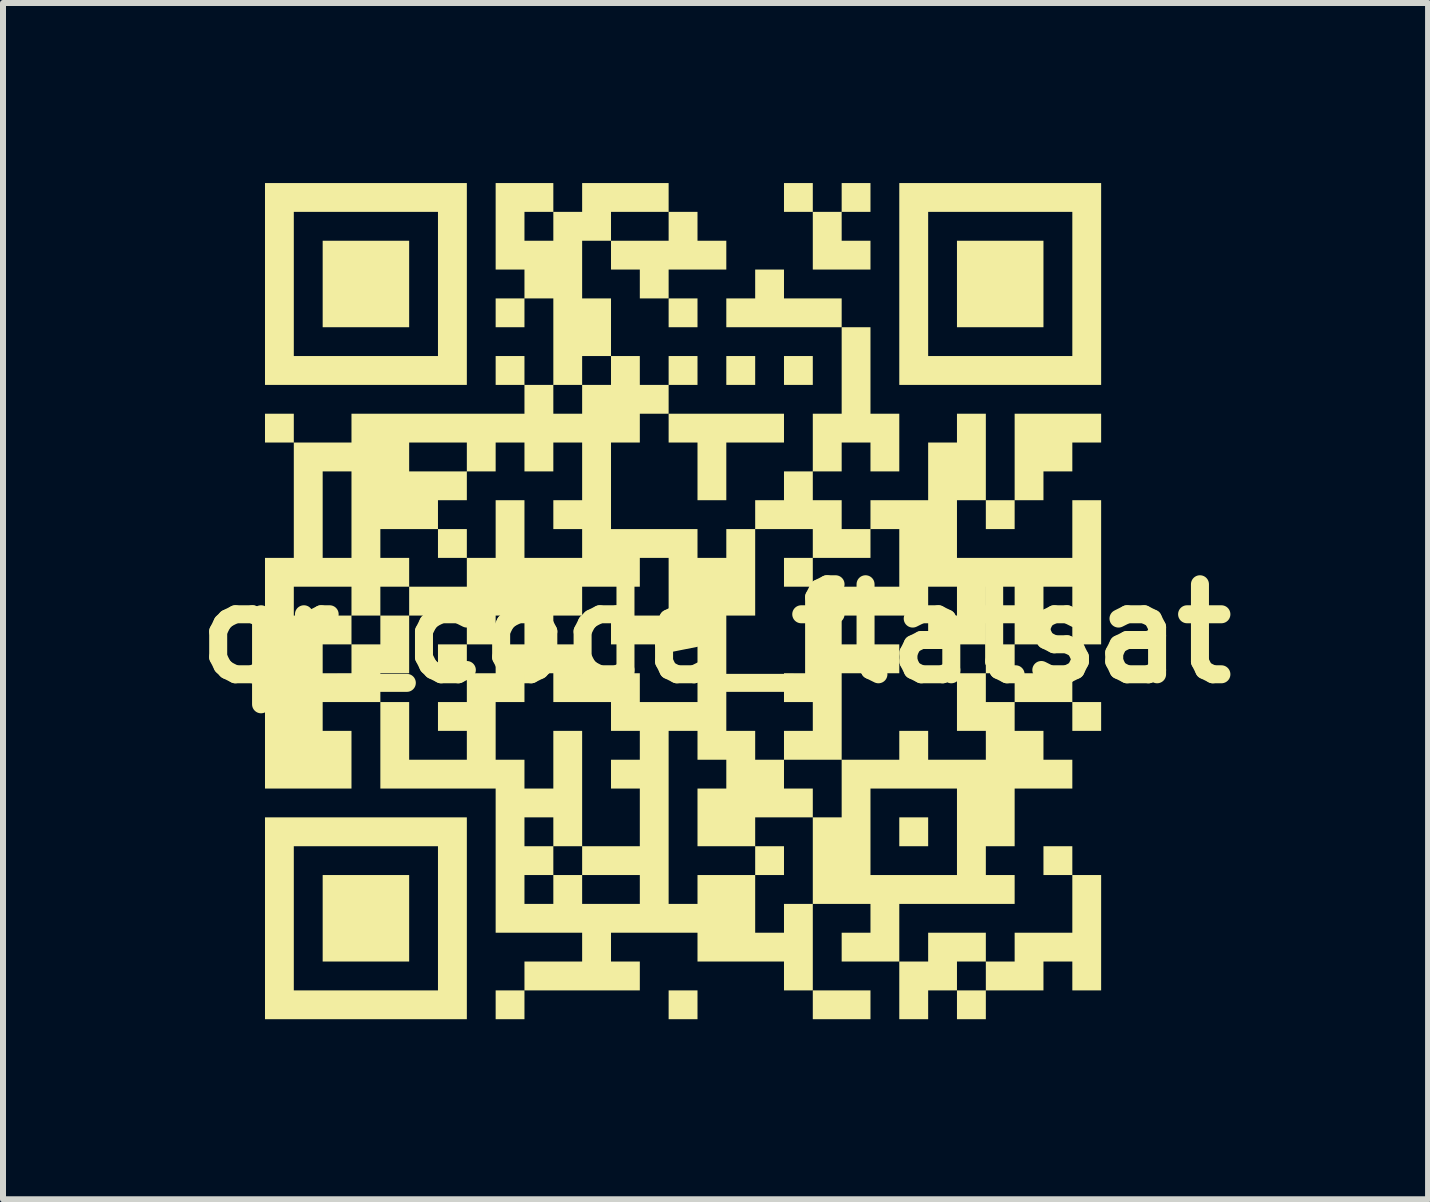
<source format=kicad_pcb>
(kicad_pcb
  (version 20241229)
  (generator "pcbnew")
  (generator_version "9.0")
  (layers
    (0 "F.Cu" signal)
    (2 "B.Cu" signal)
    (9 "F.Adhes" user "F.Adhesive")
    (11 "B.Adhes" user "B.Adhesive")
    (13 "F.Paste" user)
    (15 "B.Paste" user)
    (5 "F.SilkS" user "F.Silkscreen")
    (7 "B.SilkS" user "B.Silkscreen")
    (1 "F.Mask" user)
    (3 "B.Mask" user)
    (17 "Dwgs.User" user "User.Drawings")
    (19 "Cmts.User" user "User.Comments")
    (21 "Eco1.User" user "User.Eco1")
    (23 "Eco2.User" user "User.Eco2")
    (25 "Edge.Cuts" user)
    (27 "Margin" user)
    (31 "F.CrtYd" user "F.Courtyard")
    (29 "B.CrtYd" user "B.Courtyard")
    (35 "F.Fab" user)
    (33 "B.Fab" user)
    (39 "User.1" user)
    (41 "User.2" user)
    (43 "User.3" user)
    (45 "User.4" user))
  (footprint "qr_code_flatsat"
    (layer "F.Cu")
    (at 8.871 7.506)
    (property "Reference" "qr_code_flatsat" (at 0 0 0) (layer "F.SilkS") (effects (font (size 1.5 1.5) (thickness 0.3))))
    (attr board_only exclude_from_pos_files exclude_from_bom)
    (fp_poly (pts (xy -5.104 -5.825) (xy -5.104 -5.104) (xy -5.825 -5.104) (xy -6.545 -5.104) (xy -6.545 -5.825) (xy -6.545 -6.545) (xy -5.825 -6.545) (xy -5.104 -6.545)) (stroke (width 0) (type solid)) (fill yes) (layer "F.SilkS"))
    (fp_poly (pts (xy -5.104 4.744) (xy -5.104 5.464) (xy -5.825 5.464) (xy -6.545 5.464) (xy -6.545 4.744) (xy -6.545 4.023) (xy -5.825 4.023) (xy -5.104 4.023)) (stroke (width 0) (type solid)) (fill yes) (layer "F.SilkS"))
    (fp_poly (pts (xy -4.143 -1.501) (xy -4.143 -1.261) (xy -4.383 -1.261) (xy -4.624 -1.261) (xy -4.624 -1.501) (xy -4.624 -1.741) (xy -4.383 -1.741) (xy -4.143 -1.741)) (stroke (width 0) (type solid)) (fill yes) (layer "F.SilkS"))
    (fp_poly (pts (xy -4.143 0.42) (xy -4.143 0.661) (xy -4.383 0.661) (xy -4.624 0.661) (xy -4.624 0.42) (xy -4.624 0.18) (xy -4.383 0.18) (xy -4.143 0.18)) (stroke (width 0) (type solid)) (fill yes) (layer "F.SilkS"))
    (fp_poly (pts (xy -0.3 -5.344) (xy -0.3 -5.104) (xy -0.54 -5.104) (xy -0.781 -5.104) (xy -0.781 -5.344) (xy -0.781 -5.584) (xy -0.54 -5.584) (xy -0.3 -5.584)) (stroke (width 0) (type solid)) (fill yes) (layer "F.SilkS"))
    (fp_poly (pts (xy -0.3 6.185) (xy -0.3 6.425) (xy -0.54 6.425) (xy -0.781 6.425) (xy -0.781 6.185) (xy -0.781 5.945) (xy -0.54 5.945) (xy -0.3 5.945)) (stroke (width 0) (type solid)) (fill yes) (layer "F.SilkS"))
    (fp_poly (pts (xy 0.661 -4.383) (xy 0.661 -4.143) (xy 0.42 -4.143) (xy 0.18 -4.143) (xy 0.18 -4.383) (xy 0.18 -4.624) (xy 0.42 -4.624) (xy 0.661 -4.624)) (stroke (width 0) (type solid)) (fill yes) (layer "F.SilkS"))
    (fp_poly (pts (xy 1.141 3.783) (xy 1.141 4.023) (xy 0.901 4.023) (xy 0.661 4.023) (xy 0.661 3.783) (xy 0.661 3.543) (xy 0.901 3.543) (xy 1.141 3.543)) (stroke (width 0) (type solid)) (fill yes) (layer "F.SilkS"))
    (fp_poly (pts (xy 1.621 -4.383) (xy 1.621 -4.143) (xy 1.381 -4.143) (xy 1.141 -4.143) (xy 1.141 -4.383) (xy 1.141 -4.624) (xy 1.381 -4.624) (xy 1.621 -4.624)) (stroke (width 0) (type solid)) (fill yes) (layer "F.SilkS"))
    (fp_poly (pts (xy 1.621 -1.021) (xy 1.621 -0.781) (xy 1.381 -0.781) (xy 1.141 -0.781) (xy 1.141 -1.021) (xy 1.141 -1.261) (xy 1.381 -1.261) (xy 1.621 -1.261)) (stroke (width 0) (type solid)) (fill yes) (layer "F.SilkS"))
    (fp_poly (pts (xy 2.582 6.185) (xy 2.582 6.425) (xy 2.102 6.425) (xy 1.621 6.425) (xy 1.621 6.185) (xy 1.621 5.945) (xy 2.102 5.945) (xy 2.582 5.945)) (stroke (width 0) (type solid)) (fill yes) (layer "F.SilkS"))
    (fp_poly (pts (xy 3.543 3.303) (xy 3.543 3.543) (xy 3.303 3.543) (xy 3.062 3.543) (xy 3.062 3.303) (xy 3.062 3.062) (xy 3.303 3.062) (xy 3.543 3.062)) (stroke (width 0) (type solid)) (fill yes) (layer "F.SilkS"))
    (fp_poly (pts (xy 5.464 -5.825) (xy 5.464 -5.104) (xy 4.744 -5.104) (xy 4.023 -5.104) (xy 4.023 -5.825) (xy 4.023 -6.545) (xy 4.744 -6.545) (xy 5.464 -6.545)) (stroke (width 0) (type solid)) (fill yes) (layer "F.SilkS"))
    (fp_poly (pts (xy 5.945 3.783) (xy 5.945 4.023) (xy 5.704 4.023) (xy 5.464 4.023) (xy 5.464 3.783) (xy 5.464 3.543) (xy 5.704 3.543) (xy 5.945 3.543)) (stroke (width 0) (type solid)) (fill yes) (layer "F.SilkS"))
    (fp_poly (pts (xy 6.425 1.381) (xy 6.425 1.621) (xy 6.185 1.621) (xy 5.945 1.621) (xy 5.945 1.381) (xy 5.945 1.141) (xy 6.185 1.141) (xy 6.425 1.141)) (stroke (width 0) (type solid)) (fill yes) (layer "F.SilkS"))
    (fp_poly (pts (xy 1.141 -5.825) (xy 1.141 -5.584) (xy 1.621 -5.584) (xy 2.102 -5.584) (xy 2.102 -5.344) (xy 2.102 -5.104) (xy 1.141 -5.104) (xy 0.18 -5.104) (xy 0.18 -5.344) (xy 0.18 -5.584) (xy 0.42 -5.584) (xy 0.661 -5.584) (xy 0.661 -5.825) (xy 0.661 -6.065) (xy 0.901 -6.065) (xy 1.141 -6.065)) (stroke (width 0) (type solid)) (fill yes) (layer "F.SilkS"))
    (fp_poly (pts (xy 1.141 -3.423) (xy 1.141 -3.183) (xy 0.661 -3.183) (xy 0.18 -3.183) (xy 0.18 -2.702) (xy 0.18 -2.222) (xy -0.06 -2.222) (xy -0.3 -2.222) (xy -0.3 -2.702) (xy -0.3 -3.183) (xy -0.54 -3.183) (xy -0.781 -3.183) (xy -0.781 -3.423) (xy -0.781 -3.663) (xy 0.18 -3.663) (xy 1.141 -3.663)) (stroke (width 0) (type solid)) (fill yes) (layer "F.SilkS"))
    (fp_poly (pts (xy -4.143 -5.825) (xy -4.143 -4.143) (xy -5.825 -4.143) (xy -7.506 -4.143) (xy -7.506 -5.825) (xy -7.026 -5.825) (xy -7.026 -4.624) (xy -5.825 -4.624) (xy -4.624 -4.624) (xy -4.624 -5.825) (xy -4.624 -7.026) (xy -5.825 -7.026) (xy -7.026 -7.026) (xy -7.026 -5.825) (xy -7.506 -5.825) (xy -7.506 -7.506) (xy -5.825 -7.506) (xy -4.143 -7.506)) (stroke (width 0) (type solid)) (fill yes) (layer "F.SilkS"))
    (fp_poly (pts (xy -4.143 4.744) (xy -4.143 6.425) (xy -5.825 6.425) (xy -7.506 6.425) (xy -7.506 4.744) (xy -7.026 4.744) (xy -7.026 5.945) (xy -5.825 5.945) (xy -4.624 5.945) (xy -4.624 4.744) (xy -4.624 3.543) (xy -5.825 3.543) (xy -7.026 3.543) (xy -7.026 4.744) (xy -7.506 4.744) (xy -7.506 3.062) (xy -5.825 3.062) (xy -4.143 3.062)) (stroke (width 0) (type solid)) (fill yes) (layer "F.SilkS"))
    (fp_poly (pts (xy 6.425 -5.825) (xy 6.425 -4.143) (xy 4.744 -4.143) (xy 3.062 -4.143) (xy 3.062 -5.825) (xy 3.543 -5.825) (xy 3.543 -4.624) (xy 4.744 -4.624) (xy 5.945 -4.624) (xy 5.945 -5.825) (xy 5.945 -7.026) (xy 4.744 -7.026) (xy 3.543 -7.026) (xy 3.543 -5.825) (xy 3.062 -5.825) (xy 3.062 -7.506) (xy 4.744 -7.506) (xy 6.425 -7.506)) (stroke (width 0) (type solid)) (fill yes) (layer "F.SilkS"))
    (fp_poly (pts (xy 1.621 -7.266) (xy 1.621 -7.026) (xy 1.861 -7.026) (xy 2.102 -7.026) (xy 2.102 -7.266) (xy 2.102 -7.506) (xy 2.342 -7.506) (xy 2.582 -7.506) (xy 2.582 -7.266) (xy 2.582 -7.026) (xy 2.342 -7.026) (xy 2.102 -7.026) (xy 2.102 -6.785) (xy 2.102 -6.545) (xy 2.342 -6.545) (xy 2.582 -6.545) (xy 2.582 -6.305) (xy 2.582 -6.065) (xy 2.102 -6.065) (xy 1.621 -6.065) (xy 1.621 -6.545) (xy 1.621 -7.026) (xy 1.381 -7.026) (xy 1.141 -7.026) (xy 1.141 -7.266) (xy 1.141 -7.506) (xy 1.381 -7.506) (xy 1.621 -7.506)) (stroke (width 0) (type solid)) (fill yes) (layer "F.SilkS"))
    (fp_poly (pts (xy -2.702 -7.266) (xy -2.702 -7.026) (xy -2.462 -7.026) (xy -2.222 -7.026) (xy -2.222 -7.266) (xy -2.222 -7.506) (xy -1.501 -7.506) (xy -0.781 -7.506) (xy -0.781 -7.266) (xy -0.781 -7.026) (xy -1.261 -7.026) (xy -1.741 -7.026) (xy -1.741 -6.785) (xy -1.741 -6.545) (xy -1.261 -6.545) (xy -0.781 -6.545) (xy -0.781 -6.785) (xy -0.781 -7.026) (xy -0.54 -7.026) (xy -0.3 -7.026) (xy -0.3 -6.785) (xy -0.3 -6.545) (xy -0.06 -6.545) (xy 0.18 -6.545) (xy 0.18 -6.305) (xy 0.18 -6.065) (xy -0.3 -6.065) (xy -0.781 -6.065) (xy -0.781 -5.825) (xy -0.781 -5.584) (xy -1.021 -5.584) (xy -1.261 -5.584) (xy -1.261 -5.825) (xy -1.261 -6.065) (xy -1.501 -6.065) (xy -1.741 -6.065) (xy -1.741 -6.305) (xy -1.741 -6.545) (xy -1.982 -6.545) (xy -2.222 -6.545) (xy -2.222 -6.065) (xy -2.222 -5.584) (xy -1.982 -5.584) (xy -1.741 -5.584) (xy -1.741 -5.104) (xy -1.741 -4.624) (xy -1.982 -4.624) (xy -2.222 -4.624) (xy -2.222 -4.383) (xy -2.222 -4.143) (xy -2.462 -4.143) (xy -2.702 -4.143) (xy -2.702 -3.903) (xy -2.702 -3.663) (xy -2.462 -3.663) (xy -2.222 -3.663) (xy -2.222 -3.903) (xy -2.222 -4.143) (xy -1.982 -4.143) (xy -1.741 -4.143) (xy -1.741 -4.383) (xy -1.741 -4.624) (xy -1.501 -4.624) (xy -1.261 -4.624) (xy -1.261 -4.383) (xy -1.261 -4.143) (xy -1.021 -4.143) (xy -0.781 -4.143) (xy -0.781 -4.383) (xy -0.781 -4.624) (xy -0.54 -4.624) (xy -0.3 -4.624) (xy -0.3 -4.383) (xy -0.3 -4.143) (xy -0.54 -4.143) (xy -0.781 -4.143) (xy -0.781 -3.903) (xy -0.781 -3.663) (xy -1.021 -3.663) (xy -1.261 -3.663) (xy -1.261 -3.423) (xy -1.261 -3.183) (xy -1.501 -3.183) (xy -1.741 -3.183) (xy -1.741 -2.462) (xy -1.741 -1.741) (xy -1.021 -1.741) (xy -0.3 -1.741) (xy -0.3 -1.501) (xy -0.3 -1.261) (xy -0.06 -1.261) (xy 0.18 -1.261) (xy 0.18 -1.501) (xy 0.18 -1.741) (xy 0.42 -1.741) (xy 0.661 -1.741) (xy 0.661 -1.982) (xy 0.661 -2.222) (xy 0.901 -2.222) (xy 1.141 -2.222) (xy 1.141 -2.462) (xy 1.141 -2.702) (xy 1.381 -2.702) (xy 1.621 -2.702) (xy 1.621 -3.183) (xy 1.621 -3.663) (xy 1.861 -3.663) (xy 2.102 -3.663) (xy 2.102 -4.383) (xy 2.102 -5.104) (xy 2.342 -5.104) (xy 2.582 -5.104) (xy 2.582 -4.383) (xy 2.582 -3.663) (xy 2.822 -3.663) (xy 3.062 -3.663) (xy 3.062 -3.183) (xy 3.062 -2.702) (xy 2.822 -2.702) (xy 2.582 -2.702) (xy 2.582 -2.942) (xy 2.582 -3.183) (xy 2.342 -3.183) (xy 2.102 -3.183) (xy 2.102 -2.942) (xy 2.102 -2.702) (xy 1.861 -2.702) (xy 1.621 -2.702) (xy 1.621 -2.462) (xy 1.621 -2.222) (xy 1.861 -2.222) (xy 2.102 -2.222) (xy 2.102 -1.982) (xy 2.102 -1.741) (xy 2.342 -1.741) (xy 2.582 -1.741) (xy 2.582 -1.982) (xy 2.582 -2.222) (xy 3.062 -2.222) (xy 3.543 -2.222) (xy 3.543 -2.702) (xy 3.543 -3.183) (xy 3.783 -3.183) (xy 4.023 -3.183) (xy 4.023 -3.423) (xy 4.023 -3.663) (xy 4.263 -3.663) (xy 4.504 -3.663) (xy 4.504 -2.942) (xy 4.504 -2.222) (xy 4.744 -2.222) (xy 4.984 -2.222) (xy 4.984 -2.942) (xy 4.984 -3.663) (xy 5.704 -3.663) (xy 6.425 -3.663) (xy 6.425 -3.423) (xy 6.425 -3.183) (xy 6.185 -3.183) (xy 5.945 -3.183) (xy 5.945 -2.942) (xy 5.945 -2.702) (xy 5.704 -2.702) (xy 5.464 -2.702) (xy 5.464 -2.462) (xy 5.464 -2.222) (xy 5.224 -2.222) (xy 4.984 -2.222) (xy 4.984 -1.982) (xy 4.984 -1.741) (xy 4.744 -1.741) (xy 4.504 -1.741) (xy 4.504 -1.982) (xy 4.504 -2.222) (xy 4.263 -2.222) (xy 4.023 -2.222) (xy 4.023 -1.741) (xy 4.023 -1.261) (xy 4.984 -1.261) (xy 5.945 -1.261) (xy 5.945 -1.741) (xy 5.945 -2.222) (xy 6.185 -2.222) (xy 6.425 -2.222) (xy 6.425 -1.021) (xy 6.425 0.18) (xy 6.185 0.18) (xy 5.945 0.18) (xy 5.945 -0.3) (xy 5.945 -0.781) (xy 5.704 -0.781) (xy 5.464 -0.781) (xy 5.464 -0.3) (xy 5.464 0.18) (xy 5.224 0.18) (xy 4.984 0.18) (xy 4.984 0.42) (xy 4.984 0.661) (xy 4.744 0.661) (xy 4.504 0.661) (xy 4.504 0.901) (xy 4.504 1.141) (xy 4.744 1.141) (xy 4.984 1.141) (xy 4.984 0.901) (xy 4.984 0.661) (xy 5.464 0.661) (xy 5.945 0.661) (xy 5.945 0.901) (xy 5.945 1.141) (xy 5.464 1.141) (xy 4.984 1.141) (xy 4.984 1.381) (xy 4.984 1.621) (xy 5.224 1.621) (xy 5.464 1.621) (xy 5.464 1.861) (xy 5.464 2.102) (xy 5.704 2.102) (xy 5.945 2.102) (xy 5.945 2.342) (xy 5.945 2.582) (xy 5.464 2.582) (xy 4.984 2.582) (xy 4.984 3.062) (xy 4.984 3.543) (xy 4.744 3.543) (xy 4.504 3.543) (xy 4.504 3.783) (xy 4.504 4.023) (xy 4.744 4.023) (xy 4.984 4.023) (xy 4.984 4.263) (xy 4.984 4.504) (xy 4.023 4.504) (xy 3.062 4.504) (xy 3.062 4.984) (xy 3.062 5.464) (xy 3.303 5.464) (xy 3.543 5.464) (xy 3.543 5.224) (xy 3.543 4.984) (xy 4.023 4.984) (xy 4.504 4.984) (xy 4.504 5.224) (xy 4.504 5.464) (xy 4.744 5.464) (xy 4.984 5.464) (xy 4.984 5.224) (xy 4.984 4.984) (xy 5.464 4.984) (xy 5.945 4.984) (xy 5.945 4.504) (xy 5.945 4.023) (xy 6.185 4.023) (xy 6.425 4.023) (xy 6.425 4.984) (xy 6.425 5.945) (xy 6.185 5.945) (xy 5.945 5.945) (xy 5.945 5.704) (xy 5.945 5.464) (xy 5.704 5.464) (xy 5.464 5.464) (xy 5.464 5.704) (xy 5.464 5.945) (xy 4.984 5.945) (xy 4.504 5.945) (xy 4.504 6.185) (xy 4.504 6.425) (xy 4.263 6.425) (xy 4.023 6.425) (xy 4.023 6.185) (xy 4.023 5.945) (xy 3.783 5.945) (xy 3.543 5.945) (xy 3.543 6.185) (xy 3.543 6.425) (xy 3.303 6.425) (xy 3.062 6.425) (xy 3.062 5.945) (xy 3.062 5.704) (xy 4.023 5.704) (xy 4.023 5.945) (xy 4.263 5.945) (xy 4.504 5.945) (xy 4.504 5.704) (xy 4.504 5.464) (xy 4.263 5.464) (xy 4.023 5.464) (xy 4.023 5.704) (xy 3.062 5.704) (xy 3.062 5.464) (xy 2.582 5.464) (xy 2.102 5.464) (xy 2.102 5.224) (xy 2.102 4.984) (xy 2.342 4.984) (xy 2.582 4.984) (xy 2.582 4.744) (xy 2.582 4.504) (xy 2.102 4.504) (xy 1.621 4.504) (xy 1.621 5.224) (xy 1.621 5.945) (xy 1.381 5.945) (xy 1.141 5.945) (xy 1.141 5.704) (xy 1.141 5.464) (xy 0.42 5.464) (xy -0.3 5.464) (xy -0.3 5.224) (xy -0.3 4.984) (xy -1.021 4.984) (xy -1.741 4.984) (xy -1.741 5.224) (xy -1.741 5.464) (xy -1.501 5.464) (xy -1.261 5.464) (xy -1.261 5.704) (xy -1.261 5.945) (xy -2.222 5.945) (xy -3.183 5.945) (xy -3.183 6.185) (xy -3.183 6.425) (xy -3.423 6.425) (xy -3.663 6.425) (xy -3.663 6.185) (xy -3.663 5.945) (xy -3.423 5.945) (xy -3.183 5.945) (xy -3.183 5.704) (xy -3.183 5.464) (xy -2.702 5.464) (xy -2.222 5.464) (xy -2.222 5.224) (xy -2.222 4.984) (xy -2.942 4.984) (xy -3.663 4.984) (xy -3.663 3.783) (xy -3.663 2.582) (xy -4.624 2.582) (xy -5.584 2.582) (xy -5.584 1.861) (xy -5.584 1.141) (xy -5.344 1.141) (xy -5.104 1.141) (xy -5.104 1.621) (xy -5.104 2.102) (xy -4.624 2.102) (xy -4.143 2.102) (xy -4.143 1.861) (xy -4.143 1.621) (xy -4.383 1.621) (xy -4.624 1.621) (xy -4.624 1.381) (xy -4.624 1.141) (xy -4.383 1.141) (xy -4.143 1.141) (xy -3.663 1.141) (xy -3.663 1.621) (xy -3.663 2.102) (xy -3.423 2.102) (xy -3.183 2.102) (xy -3.183 2.342) (xy -3.183 2.582) (xy -2.942 2.582) (xy -2.702 2.582) (xy -2.702 2.102) (xy -2.702 1.621) (xy -2.462 1.621) (xy -2.222 1.621) (xy -2.222 2.582) (xy -2.222 3.543) (xy -2.462 3.543) (xy -2.702 3.543) (xy -2.702 3.303) (xy -2.702 3.062) (xy -2.942 3.062) (xy -3.183 3.062) (xy -3.183 3.303) (xy -3.183 3.543) (xy -2.942 3.543) (xy -2.702 3.543) (xy -2.702 3.783) (xy -2.702 4.023) (xy -2.942 4.023) (xy -3.183 4.023) (xy -3.183 4.263) (xy -3.183 4.504) (xy -2.942 4.504) (xy -2.702 4.504) (xy -2.702 4.263) (xy -2.222 4.263) (xy -2.222 4.504) (xy -1.741 4.504) (xy -1.261 4.504) (xy -1.261 4.263) (xy -1.261 4.023) (xy -1.741 4.023) (xy -2.222 4.023) (xy -2.222 4.263) (xy -2.702 4.263) (xy -2.702 4.023) (xy -2.462 4.023) (xy -2.222 4.023) (xy -2.222 3.783) (xy -2.222 3.543) (xy -1.741 3.543) (xy -1.261 3.543) (xy -1.261 3.062) (xy -1.261 2.582) (xy -1.501 2.582) (xy -1.741 2.582) (xy -1.741 2.342) (xy -1.741 2.102) (xy -1.501 2.102) (xy -1.261 2.102) (xy -1.261 1.861) (xy -1.261 1.621) (xy -0.781 1.621) (xy -0.781 3.062) (xy -0.781 4.504) (xy -0.54 4.504) (xy -0.3 4.504) (xy -0.3 4.263) (xy -0.3 4.023) (xy 0.18 4.023) (xy 0.661 4.023) (xy 0.661 4.504) (xy 0.661 4.984) (xy 0.901 4.984) (xy 1.141 4.984) (xy 1.141 4.744) (xy 1.141 4.504) (xy 1.381 4.504) (xy 1.621 4.504) (xy 1.621 3.783) (xy 1.621 3.303) (xy 2.582 3.303) (xy 2.582 4.023) (xy 3.303 4.023) (xy 4.023 4.023) (xy 4.023 3.303) (xy 4.023 2.582) (xy 3.303 2.582) (xy 2.582 2.582) (xy 2.582 3.303) (xy 1.621 3.303) (xy 1.621 3.062) (xy 1.861 3.062) (xy 2.102 3.062) (xy 2.102 2.582) (xy 2.102 2.102) (xy 2.582 2.102) (xy 3.062 2.102) (xy 3.062 1.861) (xy 3.062 1.621) (xy 3.303 1.621) (xy 3.543 1.621) (xy 3.543 1.861) (xy 3.543 2.102) (xy 4.023 2.102) (xy 4.504 2.102) (xy 4.504 1.861) (xy 4.504 1.621) (xy 4.263 1.621) (xy 4.023 1.621) (xy 4.023 1.141) (xy 4.023 0.661) (xy 4.263 0.661) (xy 4.504 0.661) (xy 4.504 0.42) (xy 4.504 0.18) (xy 4.744 0.18) (xy 4.984 0.18) (xy 4.984 -0.3) (xy 4.984 -0.781) (xy 4.744 -0.781) (xy 4.504 -0.781) (xy 4.504 -0.3) (xy 4.504 0.18) (xy 4.023 0.18) (xy 3.543 0.18) (xy 3.543 -0.06) (xy 3.543 -0.3) (xy 3.783 -0.3) (xy 4.023 -0.3) (xy 4.023 -0.54) (xy 4.023 -0.781) (xy 3.783 -0.781) (xy 3.543 -0.781) (xy 3.543 -0.54) (xy 3.543 -0.3) (xy 2.822 -0.3) (xy 2.102 -0.3) (xy 2.102 -0.06) (xy 2.102 0.18) (xy 2.582 0.18) (xy 3.062 0.18) (xy 3.062 0.42) (xy 3.062 0.661) (xy 2.582 0.661) (xy 2.102 0.661) (xy 2.102 1.381) (xy 2.102 2.102) (xy 1.621 2.102) (xy 1.141 2.102) (xy 1.141 1.861) (xy 1.141 1.621) (xy 1.381 1.621) (xy 1.621 1.621) (xy 1.621 1.381) (xy 1.621 1.141) (xy 1.381 1.141) (xy 1.141 1.141) (xy 1.141 0.901) (xy 1.141 0.661) (xy 1.381 0.661) (xy 1.621 0.661) (xy 1.621 -0.06) (xy 1.621 -0.781) (xy 2.342 -0.781) (xy 3.062 -0.781) (xy 3.062 -1.261) (xy 3.062 -1.741) (xy 2.822 -1.741) (xy 2.582 -1.741) (xy 2.582 -1.501) (xy 2.582 -1.261) (xy 2.102 -1.261) (xy 1.621 -1.261) (xy 1.621 -1.501) (xy 1.621 -1.741) (xy 1.141 -1.741) (xy 0.661 -1.741) (xy 0.661 -1.021) (xy 0.661 -0.3) (xy 0.42 -0.3) (xy 0.18 -0.3) (xy 0.18 0.661) (xy 0.18 1.621) (xy 0.42 1.621) (xy 0.661 1.621) (xy 0.661 1.861) (xy 0.661 2.102) (xy 0.901 2.102) (xy 1.141 2.102) (xy 1.141 2.342) (xy 1.141 2.582) (xy 1.381 2.582) (xy 1.621 2.582) (xy 1.621 2.822) (xy 1.621 3.062) (xy 1.141 3.062) (xy 0.661 3.062) (xy 0.661 3.303) (xy 0.661 3.543) (xy 0.18 3.543) (xy -0.3 3.543) (xy -0.3 3.062) (xy -0.3 2.582) (xy -0.06 2.582) (xy 0.18 2.582) (xy 0.18 2.342) (xy 0.18 2.102) (xy -0.06 2.102) (xy -0.3 2.102) (xy -0.3 1.861) (xy -0.3 1.621) (xy -0.54 1.621) (xy -0.781 1.621) (xy -1.261 1.621) (xy -1.501 1.621) (xy -1.741 1.621) (xy -1.741 1.381) (xy -1.741 1.141) (xy -2.222 1.141) (xy -2.702 1.141) (xy -2.702 0.901) (xy -2.702 0.661) (xy -2.942 0.661) (xy -3.183 0.661) (xy -3.183 0.901) (xy -3.183 1.141) (xy -3.423 1.141) (xy -3.663 1.141) (xy -4.143 1.141) (xy -4.143 0.901) (xy -4.143 0.661) (xy -3.903 0.661) (xy -3.663 0.661) (xy -3.663 0.42) (xy -3.663 0.18) (xy -3.423 0.18) (xy -3.183 0.18) (xy -3.183 -0.06) (xy -3.183 -0.3) (xy -2.702 -0.3) (xy -2.702 -0.06) (xy -2.702 0.18) (xy -2.462 0.18) (xy -2.222 0.18) (xy -2.222 0.42) (xy -2.222 0.661) (xy -1.741 0.661) (xy -1.261 0.661) (xy -1.261 0.901) (xy -1.261 1.141) (xy -0.781 1.141) (xy -0.3 1.141) (xy -0.3 0.661) (xy -0.3 0.18) (xy -1.021 0.18) (xy -1.741 0.18) (xy -1.741 -0.06) (xy -1.741 -0.3) (xy -1.261 -0.3) (xy -0.781 -0.3) (xy -0.781 -0.781) (xy -0.781 -1.261) (xy -1.021 -1.261) (xy -1.261 -1.261) (xy -1.261 -1.021) (xy -1.261 -0.781) (xy -1.741 -0.781) (xy -2.222 -0.781) (xy -2.222 -0.54) (xy -2.222 -0.3) (xy -2.462 -0.3) (xy -2.702 -0.3) (xy -3.183 -0.3) (xy -3.423 -0.3) (xy -3.663 -0.3) (xy -3.663 -0.06) (xy -3.663 0.18) (xy -3.903 0.18) (xy -4.143 0.18) (xy -4.143 -0.06) (xy -4.143 -0.3) (xy -4.624 -0.3) (xy -5.104 -0.3) (xy -5.104 0.18) (xy -5.104 0.661) (xy -5.344 0.661) (xy -5.584 0.661) (xy -5.584 0.901) (xy -5.584 1.141) (xy -6.065 1.141) (xy -6.545 1.141) (xy -6.545 1.381) (xy -6.545 1.621) (xy -6.305 1.621) (xy -6.065 1.621) (xy -6.065 2.102) (xy -6.065 2.582) (xy -6.785 2.582) (xy -7.506 2.582) (xy -7.506 0.661) (xy -7.506 -0.781) (xy -7.026 -0.781) (xy -7.026 -0.54) (xy -7.026 -0.3) (xy -6.545 -0.3) (xy -6.065 -0.3) (xy -6.065 -0.06) (xy -6.065 0.18) (xy -6.305 0.18) (xy -6.545 0.18) (xy -6.545 0.42) (xy -6.545 0.661) (xy -6.305 0.661) (xy -6.065 0.661) (xy -6.065 0.42) (xy -6.065 0.18) (xy -5.825 0.18) (xy -5.584 0.18) (xy -5.584 -0.06) (xy -5.584 -0.3) (xy -5.344 -0.3) (xy -5.104 -0.3) (xy -5.104 -0.54) (xy -5.104 -0.781) (xy -4.624 -0.781) (xy -4.143 -0.781) (xy -4.143 -1.021) (xy -4.143 -1.261) (xy -3.903 -1.261) (xy -3.663 -1.261) (xy -3.663 -1.741) (xy -3.663 -2.222) (xy -3.423 -2.222) (xy -3.183 -2.222) (xy -3.183 -1.741) (xy -3.183 -1.261) (xy -2.702 -1.261) (xy -2.222 -1.261) (xy -2.222 -1.501) (xy -2.222 -1.741) (xy -2.462 -1.741) (xy -2.702 -1.741) (xy -2.702 -1.982) (xy -2.702 -2.222) (xy -2.462 -2.222) (xy -2.222 -2.222) (xy -2.222 -2.702) (xy -2.222 -3.183) (xy -2.462 -3.183) (xy -2.702 -3.183) (xy -2.702 -2.942) (xy -2.702 -2.702) (xy -2.942 -2.702) (xy -3.183 -2.702) (xy -3.183 -2.942) (xy -3.183 -3.183) (xy -3.423 -3.183) (xy -3.663 -3.183) (xy -3.663 -2.942) (xy -3.663 -2.702) (xy -3.903 -2.702) (xy -4.143 -2.702) (xy -4.143 -2.942) (xy -4.143 -3.183) (xy -4.624 -3.183) (xy -5.104 -3.183) (xy -5.104 -2.942) (xy -5.104 -2.702) (xy -4.624 -2.702) (xy -4.143 -2.702) (xy -4.143 -2.462) (xy -4.143 -2.222) (xy -4.383 -2.222) (xy -4.624 -2.222) (xy -4.624 -1.982) (xy -4.624 -1.741) (xy -5.104 -1.741) (xy -5.584 -1.741) (xy -5.584 -1.501) (xy -5.584 -1.261) (xy -5.344 -1.261) (xy -5.104 -1.261) (xy -5.104 -1.021) (xy -5.104 -0.781) (xy -5.344 -0.781) (xy -5.584 -0.781) (xy -5.584 -0.54) (xy -5.584 -0.3) (xy -5.825 -0.3) (xy -6.065 -0.3) (xy -6.065 -0.54) (xy -6.065 -0.781) (xy -6.545 -0.781) (xy -7.026 -0.781) (xy -7.506 -0.781) (xy -7.506 -1.261) (xy -7.266 -1.261) (xy -7.026 -1.261) (xy -7.026 -1.982) (xy -6.545 -1.982) (xy -6.545 -1.261) (xy -6.305 -1.261) (xy -6.065 -1.261) (xy -6.065 -1.982) (xy -6.065 -2.702) (xy -6.305 -2.702) (xy -6.545 -2.702) (xy -6.545 -1.982) (xy -7.026 -1.982) (xy -7.026 -2.222) (xy -7.026 -3.183) (xy -7.266 -3.183) (xy -7.506 -3.183) (xy -7.506 -3.423) (xy -7.506 -3.663) (xy -7.266 -3.663) (xy -7.026 -3.663) (xy -7.026 -3.423) (xy -7.026 -3.183) (xy -6.545 -3.183) (xy -6.065 -3.183) (xy -6.065 -3.423) (xy -6.065 -3.663) (xy -4.624 -3.663) (xy -3.183 -3.663) (xy -3.183 -3.903) (xy -3.183 -4.143) (xy -3.423 -4.143) (xy -3.663 -4.143) (xy -3.663 -4.383) (xy -3.663 -4.624) (xy -3.423 -4.624) (xy -3.183 -4.624) (xy -3.183 -4.383) (xy -3.183 -4.143) (xy -2.942 -4.143) (xy -2.702 -4.143) (xy -2.702 -4.864) (xy -2.702 -5.584) (xy -2.942 -5.584) (xy -3.183 -5.584) (xy -3.183 -5.344) (xy -3.183 -5.104) (xy -3.423 -5.104) (xy -3.663 -5.104) (xy -3.663 -5.344) (xy -3.663 -5.584) (xy -3.423 -5.584) (xy -3.183 -5.584) (xy -3.183 -5.825) (xy -3.183 -6.065) (xy -3.423 -6.065) (xy -3.663 -6.065) (xy -3.663 -6.785) (xy -3.183 -6.785) (xy -3.183 -6.545) (xy -2.942 -6.545) (xy -2.702 -6.545) (xy -2.702 -6.785) (xy -2.702 -7.026) (xy -2.942 -7.026) (xy -3.183 -7.026) (xy -3.183 -6.785) (xy -3.663 -6.785) (xy -3.663 -7.506) (xy -3.183 -7.506) (xy -2.702 -7.506)) (stroke (width 0) (type solid)) (fill yes) (layer "F.SilkS")))
  (gr_rect
    (start -3 -3)
    (end 20.743 16.931)
    (stroke (width 0.1) (type default))
    (fill no)
    (layer "Edge.Cuts")))
</source>
